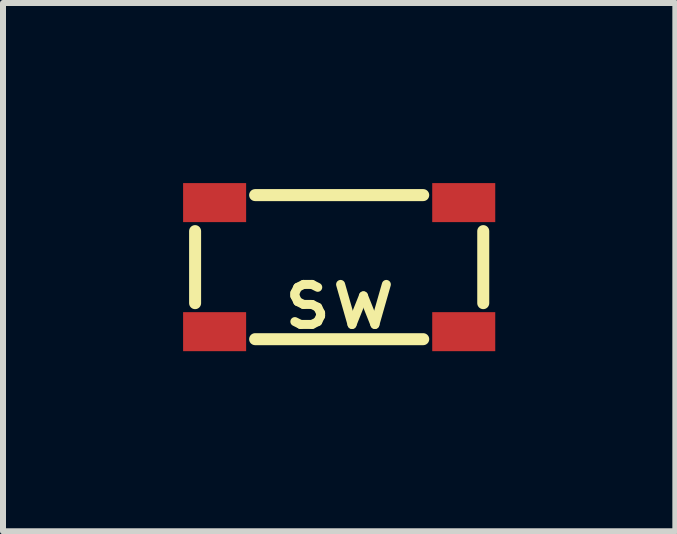
<source format=kicad_pcb>
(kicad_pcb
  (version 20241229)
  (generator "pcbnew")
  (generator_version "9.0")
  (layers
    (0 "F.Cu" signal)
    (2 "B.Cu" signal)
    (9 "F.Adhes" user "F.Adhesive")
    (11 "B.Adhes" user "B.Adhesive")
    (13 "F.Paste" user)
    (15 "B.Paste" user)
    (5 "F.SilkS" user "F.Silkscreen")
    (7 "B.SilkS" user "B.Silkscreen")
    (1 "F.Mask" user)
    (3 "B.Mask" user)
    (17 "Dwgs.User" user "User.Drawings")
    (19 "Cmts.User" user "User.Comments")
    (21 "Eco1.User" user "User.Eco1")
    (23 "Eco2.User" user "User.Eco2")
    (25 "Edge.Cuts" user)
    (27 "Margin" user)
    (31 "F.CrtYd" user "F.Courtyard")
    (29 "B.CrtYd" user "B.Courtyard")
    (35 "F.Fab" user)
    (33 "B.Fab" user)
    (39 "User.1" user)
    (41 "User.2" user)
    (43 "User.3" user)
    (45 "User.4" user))
  (footprint "sw"
    (layer "F.Cu")
    (at 2.6 1.4)
    (property "Reference" "sw" (at 0 0.5 0) (layer "F.SilkS") (effects (font (size 1 1) (thickness 0.15))))
    (attr through_hole)
    (fp_line (start -2.4 -0.6) (end -2.4 0.6) (stroke (width 0.2) (type solid)) (layer "F.SilkS"))
    (fp_line (start -1.4 1.2) (end 1.4 1.2) (stroke (width 0.2) (type solid)) (layer "F.SilkS"))
    (fp_line (start 1.4 -1.2) (end -1.4 -1.2) (stroke (width 0.2) (type solid)) (layer "F.SilkS"))
    (fp_line (start 2.4 0.6) (end 2.4 -0.6) (stroke (width 0.2) (type solid)) (layer "F.SilkS"))
    (pad "1" smd custom (at -2.075 -1.075) (size 1.05 0.65) (layers "F.Cu" "F.Mask" "F.Paste") (options (anchor rect)) (primitives))
    (pad "2" smd custom (at 2.075 -1.075) (size 1.05 0.65) (layers "F.Cu" "F.Mask" "F.Paste") (options (anchor rect)) (primitives))
    (pad "3" smd custom (at -2.075 1.075) (size 1.05 0.65) (layers "F.Cu" "F.Mask" "F.Paste") (options (anchor rect)) (primitives))
    (pad "4" smd custom (at 2.075 1.075) (size 1.05 0.65) (layers "F.Cu" "F.Mask" "F.Paste") (options (anchor rect)) (primitives)))
  (gr_rect
    (start -3 -3)
    (end 8.2 5.8)
    (stroke (width 0.1) (type default))
    (fill no)
    (layer "Edge.Cuts")))
</source>
